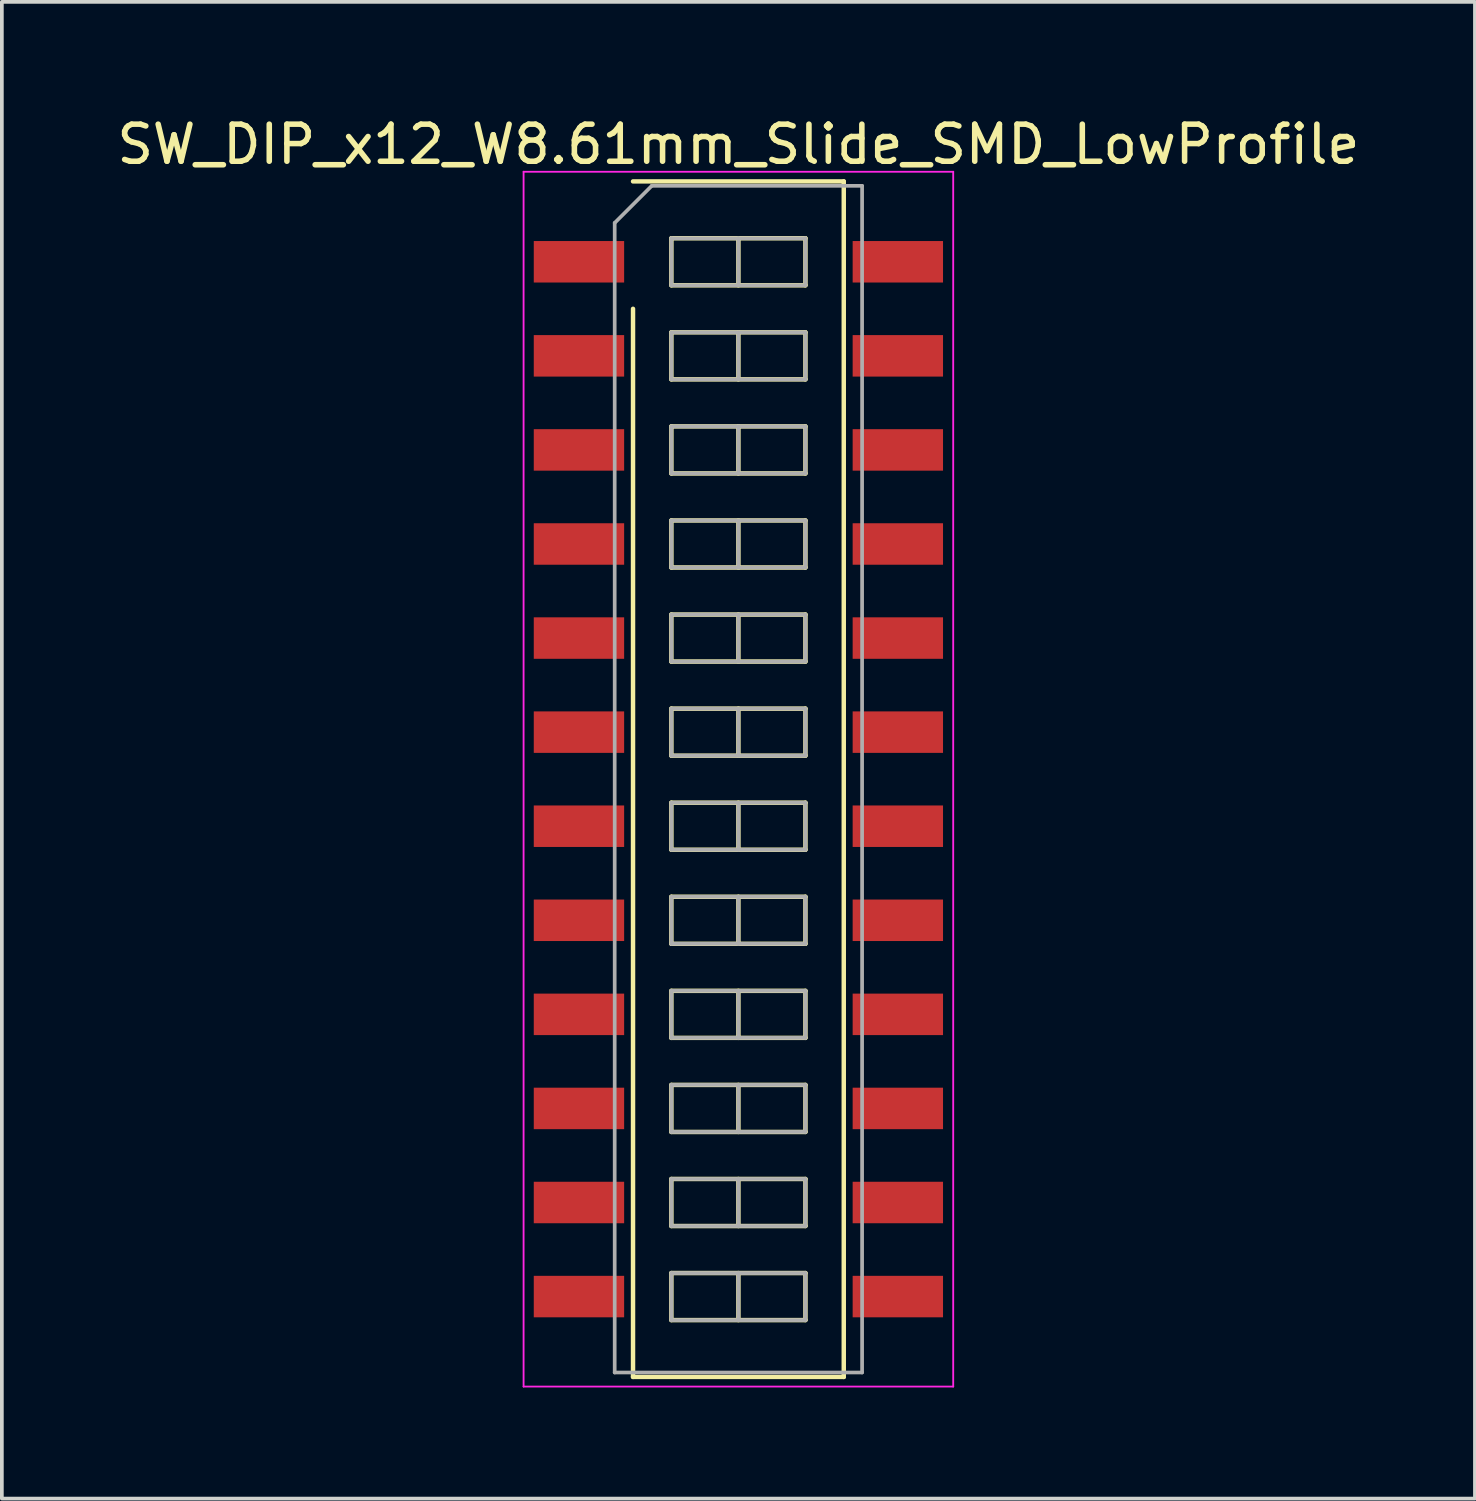
<source format=kicad_pcb>
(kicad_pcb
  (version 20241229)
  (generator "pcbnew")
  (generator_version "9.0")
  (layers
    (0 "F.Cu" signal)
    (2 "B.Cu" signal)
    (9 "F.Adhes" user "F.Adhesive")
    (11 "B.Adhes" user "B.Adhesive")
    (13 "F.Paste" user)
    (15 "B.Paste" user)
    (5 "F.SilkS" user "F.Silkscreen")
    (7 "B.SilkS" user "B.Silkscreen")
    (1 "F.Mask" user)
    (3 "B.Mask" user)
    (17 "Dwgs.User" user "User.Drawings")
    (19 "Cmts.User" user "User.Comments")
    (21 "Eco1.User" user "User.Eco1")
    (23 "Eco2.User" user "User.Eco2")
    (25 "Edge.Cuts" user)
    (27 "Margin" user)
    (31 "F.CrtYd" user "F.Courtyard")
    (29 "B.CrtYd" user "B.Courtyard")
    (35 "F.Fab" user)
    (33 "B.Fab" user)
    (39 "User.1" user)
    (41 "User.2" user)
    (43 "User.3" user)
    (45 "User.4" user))
  (footprint "SW_DIP_x12_W8.61mm_Slide_SMD_LowProfile"
    (layer "F.Cu")
    (at 16.887 17.988)
    (property "Reference" "SW_DIP_x12_W8.61mm_Slide_SMD_LowProfile" (at 0 -17.14 0) (layer "F.SilkS") (effects (font (size 1 1) (thickness 0.15))))
    (attr smd)
    (fp_line (start -2.845 -16.14) (end 2.845 -16.14) (stroke (width 0.12) (type solid)) (layer "F.SilkS"))
    (fp_line (start -2.845 16.14) (end -2.845 -12.7) (stroke (width 0.12) (type solid)) (layer "F.SilkS"))
    (fp_line (start -1.81 -14.605) (end -1.81 -13.335) (stroke (width 0.12) (type solid)) (layer "F.SilkS"))
    (fp_line (start -1.81 -13.335) (end 1.81 -13.335) (stroke (width 0.12) (type solid)) (layer "F.SilkS"))
    (fp_line (start -1.81 -12.065) (end -1.81 -10.795) (stroke (width 0.12) (type solid)) (layer "F.SilkS"))
    (fp_line (start -1.81 -10.795) (end 1.81 -10.795) (stroke (width 0.12) (type solid)) (layer "F.SilkS"))
    (fp_line (start -1.81 -9.525) (end -1.81 -8.255) (stroke (width 0.12) (type solid)) (layer "F.SilkS"))
    (fp_line (start -1.81 -8.255) (end 1.81 -8.255) (stroke (width 0.12) (type solid)) (layer "F.SilkS"))
    (fp_line (start -1.81 -6.985) (end -1.81 -5.715) (stroke (width 0.12) (type solid)) (layer "F.SilkS"))
    (fp_line (start -1.81 -5.715) (end 1.81 -5.715) (stroke (width 0.12) (type solid)) (layer "F.SilkS"))
    (fp_line (start -1.81 -4.445) (end -1.81 -3.175) (stroke (width 0.12) (type solid)) (layer "F.SilkS"))
    (fp_line (start -1.81 -3.175) (end 1.81 -3.175) (stroke (width 0.12) (type solid)) (layer "F.SilkS"))
    (fp_line (start -1.81 -1.905) (end -1.81 -0.635) (stroke (width 0.12) (type solid)) (layer "F.SilkS"))
    (fp_line (start -1.81 -0.635) (end 1.81 -0.635) (stroke (width 0.12) (type solid)) (layer "F.SilkS"))
    (fp_line (start -1.81 0.635) (end -1.81 1.905) (stroke (width 0.12) (type solid)) (layer "F.SilkS"))
    (fp_line (start -1.81 1.905) (end 1.81 1.905) (stroke (width 0.12) (type solid)) (layer "F.SilkS"))
    (fp_line (start -1.81 3.175) (end -1.81 4.445) (stroke (width 0.12) (type solid)) (layer "F.SilkS"))
    (fp_line (start -1.81 4.445) (end 1.81 4.445) (stroke (width 0.12) (type solid)) (layer "F.SilkS"))
    (fp_line (start -1.81 5.715) (end -1.81 6.985) (stroke (width 0.12) (type solid)) (layer "F.SilkS"))
    (fp_line (start -1.81 6.985) (end 1.81 6.985) (stroke (width 0.12) (type solid)) (layer "F.SilkS"))
    (fp_line (start -1.81 8.255) (end -1.81 9.525) (stroke (width 0.12) (type solid)) (layer "F.SilkS"))
    (fp_line (start -1.81 9.525) (end 1.81 9.525) (stroke (width 0.12) (type solid)) (layer "F.SilkS"))
    (fp_line (start -1.81 10.795) (end -1.81 12.065) (stroke (width 0.12) (type solid)) (layer "F.SilkS"))
    (fp_line (start -1.81 12.065) (end 1.81 12.065) (stroke (width 0.12) (type solid)) (layer "F.SilkS"))
    (fp_line (start -1.81 13.335) (end -1.81 14.605) (stroke (width 0.12) (type solid)) (layer "F.SilkS"))
    (fp_line (start -1.81 14.605) (end 1.81 14.605) (stroke (width 0.12) (type solid)) (layer "F.SilkS"))
    (fp_line (start 0 -14.605) (end 0 -13.335) (stroke (width 0.12) (type solid)) (layer "F.SilkS"))
    (fp_line (start 0 -12.065) (end 0 -10.795) (stroke (width 0.12) (type solid)) (layer "F.SilkS"))
    (fp_line (start 0 -9.525) (end 0 -8.255) (stroke (width 0.12) (type solid)) (layer "F.SilkS"))
    (fp_line (start 0 -6.985) (end 0 -5.715) (stroke (width 0.12) (type solid)) (layer "F.SilkS"))
    (fp_line (start 0 -4.445) (end 0 -3.175) (stroke (width 0.12) (type solid)) (layer "F.SilkS"))
    (fp_line (start 0 -1.905) (end 0 -0.635) (stroke (width 0.12) (type solid)) (layer "F.SilkS"))
    (fp_line (start 0 0.635) (end 0 1.905) (stroke (width 0.12) (type solid)) (layer "F.SilkS"))
    (fp_line (start 0 3.175) (end 0 4.445) (stroke (width 0.12) (type solid)) (layer "F.SilkS"))
    (fp_line (start 0 5.715) (end 0 6.985) (stroke (width 0.12) (type solid)) (layer "F.SilkS"))
    (fp_line (start 0 8.255) (end 0 9.525) (stroke (width 0.12) (type solid)) (layer "F.SilkS"))
    (fp_line (start 0 10.795) (end 0 12.065) (stroke (width 0.12) (type solid)) (layer "F.SilkS"))
    (fp_line (start 0 13.335) (end 0 14.605) (stroke (width 0.12) (type solid)) (layer "F.SilkS"))
    (fp_line (start 1.81 -14.605) (end -1.81 -14.605) (stroke (width 0.12) (type solid)) (layer "F.SilkS"))
    (fp_line (start 1.81 -13.335) (end 1.81 -14.605) (stroke (width 0.12) (type solid)) (layer "F.SilkS"))
    (fp_line (start 1.81 -12.065) (end -1.81 -12.065) (stroke (width 0.12) (type solid)) (layer "F.SilkS"))
    (fp_line (start 1.81 -10.795) (end 1.81 -12.065) (stroke (width 0.12) (type solid)) (layer "F.SilkS"))
    (fp_line (start 1.81 -9.525) (end -1.81 -9.525) (stroke (width 0.12) (type solid)) (layer "F.SilkS"))
    (fp_line (start 1.81 -8.255) (end 1.81 -9.525) (stroke (width 0.12) (type solid)) (layer "F.SilkS"))
    (fp_line (start 1.81 -6.985) (end -1.81 -6.985) (stroke (width 0.12) (type solid)) (layer "F.SilkS"))
    (fp_line (start 1.81 -5.715) (end 1.81 -6.985) (stroke (width 0.12) (type solid)) (layer "F.SilkS"))
    (fp_line (start 1.81 -4.445) (end -1.81 -4.445) (stroke (width 0.12) (type solid)) (layer "F.SilkS"))
    (fp_line (start 1.81 -3.175) (end 1.81 -4.445) (stroke (width 0.12) (type solid)) (layer "F.SilkS"))
    (fp_line (start 1.81 -1.905) (end -1.81 -1.905) (stroke (width 0.12) (type solid)) (layer "F.SilkS"))
    (fp_line (start 1.81 -0.635) (end 1.81 -1.905) (stroke (width 0.12) (type solid)) (layer "F.SilkS"))
    (fp_line (start 1.81 0.635) (end -1.81 0.635) (stroke (width 0.12) (type solid)) (layer "F.SilkS"))
    (fp_line (start 1.81 1.905) (end 1.81 0.635) (stroke (width 0.12) (type solid)) (layer "F.SilkS"))
    (fp_line (start 1.81 3.175) (end -1.81 3.175) (stroke (width 0.12) (type solid)) (layer "F.SilkS"))
    (fp_line (start 1.81 4.445) (end 1.81 3.175) (stroke (width 0.12) (type solid)) (layer "F.SilkS"))
    (fp_line (start 1.81 5.715) (end -1.81 5.715) (stroke (width 0.12) (type solid)) (layer "F.SilkS"))
    (fp_line (start 1.81 6.985) (end 1.81 5.715) (stroke (width 0.12) (type solid)) (layer "F.SilkS"))
    (fp_line (start 1.81 8.255) (end -1.81 8.255) (stroke (width 0.12) (type solid)) (layer "F.SilkS"))
    (fp_line (start 1.81 9.525) (end 1.81 8.255) (stroke (width 0.12) (type solid)) (layer "F.SilkS"))
    (fp_line (start 1.81 10.795) (end -1.81 10.795) (stroke (width 0.12) (type solid)) (layer "F.SilkS"))
    (fp_line (start 1.81 12.065) (end 1.81 10.795) (stroke (width 0.12) (type solid)) (layer "F.SilkS"))
    (fp_line (start 1.81 13.335) (end -1.81 13.335) (stroke (width 0.12) (type solid)) (layer "F.SilkS"))
    (fp_line (start 1.81 14.605) (end 1.81 13.335) (stroke (width 0.12) (type solid)) (layer "F.SilkS"))
    (fp_line (start 2.845 -16.14) (end 2.845 16.14) (stroke (width 0.12) (type solid)) (layer "F.SilkS"))
    (fp_line (start 2.845 16.14) (end -2.845 16.14) (stroke (width 0.12) (type solid)) (layer "F.SilkS"))
    (fp_line (start -5.8 -16.4) (end -5.8 16.4) (stroke (width 0.05) (type solid)) (layer "F.CrtYd"))
    (fp_line (start -5.8 16.4) (end 5.8 16.4) (stroke (width 0.05) (type solid)) (layer "F.CrtYd"))
    (fp_line (start 5.8 -16.4) (end -5.8 -16.4) (stroke (width 0.05) (type solid)) (layer "F.CrtYd"))
    (fp_line (start 5.8 16.4) (end 5.8 -16.4) (stroke (width 0.05) (type solid)) (layer "F.CrtYd"))
    (fp_line (start -3.34 -15.02) (end -2.34 -16.02) (stroke (width 0.1) (type solid)) (layer "F.Fab"))
    (fp_line (start -3.34 16.02) (end -3.34 -15.02) (stroke (width 0.1) (type solid)) (layer "F.Fab"))
    (fp_line (start -2.34 -16.02) (end 3.34 -16.02) (stroke (width 0.1) (type solid)) (layer "F.Fab"))
    (fp_line (start -1.81 -14.605) (end -1.81 -13.335) (stroke (width 0.1) (type solid)) (layer "F.Fab"))
    (fp_line (start -1.81 -13.335) (end 1.81 -13.335) (stroke (width 0.1) (type solid)) (layer "F.Fab"))
    (fp_line (start -1.81 -12.065) (end -1.81 -10.795) (stroke (width 0.1) (type solid)) (layer "F.Fab"))
    (fp_line (start -1.81 -10.795) (end 1.81 -10.795) (stroke (width 0.1) (type solid)) (layer "F.Fab"))
    (fp_line (start -1.81 -9.525) (end -1.81 -8.255) (stroke (width 0.1) (type solid)) (layer "F.Fab"))
    (fp_line (start -1.81 -8.255) (end 1.81 -8.255) (stroke (width 0.1) (type solid)) (layer "F.Fab"))
    (fp_line (start -1.81 -6.985) (end -1.81 -5.715) (stroke (width 0.1) (type solid)) (layer "F.Fab"))
    (fp_line (start -1.81 -5.715) (end 1.81 -5.715) (stroke (width 0.1) (type solid)) (layer "F.Fab"))
    (fp_line (start -1.81 -4.445) (end -1.81 -3.175) (stroke (width 0.1) (type solid)) (layer "F.Fab"))
    (fp_line (start -1.81 -3.175) (end 1.81 -3.175) (stroke (width 0.1) (type solid)) (layer "F.Fab"))
    (fp_line (start -1.81 -1.905) (end -1.81 -0.635) (stroke (width 0.1) (type solid)) (layer "F.Fab"))
    (fp_line (start -1.81 -0.635) (end 1.81 -0.635) (stroke (width 0.1) (type solid)) (layer "F.Fab"))
    (fp_line (start -1.81 0.635) (end -1.81 1.905) (stroke (width 0.1) (type solid)) (layer "F.Fab"))
    (fp_line (start -1.81 1.905) (end 1.81 1.905) (stroke (width 0.1) (type solid)) (layer "F.Fab"))
    (fp_line (start -1.81 3.175) (end -1.81 4.445) (stroke (width 0.1) (type solid)) (layer "F.Fab"))
    (fp_line (start -1.81 4.445) (end 1.81 4.445) (stroke (width 0.1) (type solid)) (layer "F.Fab"))
    (fp_line (start -1.81 5.715) (end -1.81 6.985) (stroke (width 0.1) (type solid)) (layer "F.Fab"))
    (fp_line (start -1.81 6.985) (end 1.81 6.985) (stroke (width 0.1) (type solid)) (layer "F.Fab"))
    (fp_line (start -1.81 8.255) (end -1.81 9.525) (stroke (width 0.1) (type solid)) (layer "F.Fab"))
    (fp_line (start -1.81 9.525) (end 1.81 9.525) (stroke (width 0.1) (type solid)) (layer "F.Fab"))
    (fp_line (start -1.81 10.795) (end -1.81 12.065) (stroke (width 0.1) (type solid)) (layer "F.Fab"))
    (fp_line (start -1.81 12.065) (end 1.81 12.065) (stroke (width 0.1) (type solid)) (layer "F.Fab"))
    (fp_line (start -1.81 13.335) (end -1.81 14.605) (stroke (width 0.1) (type solid)) (layer "F.Fab"))
    (fp_line (start -1.81 14.605) (end 1.81 14.605) (stroke (width 0.1) (type solid)) (layer "F.Fab"))
    (fp_line (start 0 -14.605) (end 0 -13.335) (stroke (width 0.1) (type solid)) (layer "F.Fab"))
    (fp_line (start 0 -12.065) (end 0 -10.795) (stroke (width 0.1) (type solid)) (layer "F.Fab"))
    (fp_line (start 0 -9.525) (end 0 -8.255) (stroke (width 0.1) (type solid)) (layer "F.Fab"))
    (fp_line (start 0 -6.985) (end 0 -5.715) (stroke (width 0.1) (type solid)) (layer "F.Fab"))
    (fp_line (start 0 -4.445) (end 0 -3.175) (stroke (width 0.1) (type solid)) (layer "F.Fab"))
    (fp_line (start 0 -1.905) (end 0 -0.635) (stroke (width 0.1) (type solid)) (layer "F.Fab"))
    (fp_line (start 0 0.635) (end 0 1.905) (stroke (width 0.1) (type solid)) (layer "F.Fab"))
    (fp_line (start 0 3.175) (end 0 4.445) (stroke (width 0.1) (type solid)) (layer "F.Fab"))
    (fp_line (start 0 5.715) (end 0 6.985) (stroke (width 0.1) (type solid)) (layer "F.Fab"))
    (fp_line (start 0 8.255) (end 0 9.525) (stroke (width 0.1) (type solid)) (layer "F.Fab"))
    (fp_line (start 0 10.795) (end 0 12.065) (stroke (width 0.1) (type solid)) (layer "F.Fab"))
    (fp_line (start 0 13.335) (end 0 14.605) (stroke (width 0.1) (type solid)) (layer "F.Fab"))
    (fp_line (start 1.81 -14.605) (end -1.81 -14.605) (stroke (width 0.1) (type solid)) (layer "F.Fab"))
    (fp_line (start 1.81 -13.335) (end 1.81 -14.605) (stroke (width 0.1) (type solid)) (layer "F.Fab"))
    (fp_line (start 1.81 -12.065) (end -1.81 -12.065) (stroke (width 0.1) (type solid)) (layer "F.Fab"))
    (fp_line (start 1.81 -10.795) (end 1.81 -12.065) (stroke (width 0.1) (type solid)) (layer "F.Fab"))
    (fp_line (start 1.81 -9.525) (end -1.81 -9.525) (stroke (width 0.1) (type solid)) (layer "F.Fab"))
    (fp_line (start 1.81 -8.255) (end 1.81 -9.525) (stroke (width 0.1) (type solid)) (layer "F.Fab"))
    (fp_line (start 1.81 -6.985) (end -1.81 -6.985) (stroke (width 0.1) (type solid)) (layer "F.Fab"))
    (fp_line (start 1.81 -5.715) (end 1.81 -6.985) (stroke (width 0.1) (type solid)) (layer "F.Fab"))
    (fp_line (start 1.81 -4.445) (end -1.81 -4.445) (stroke (width 0.1) (type solid)) (layer "F.Fab"))
    (fp_line (start 1.81 -3.175) (end 1.81 -4.445) (stroke (width 0.1) (type solid)) (layer "F.Fab"))
    (fp_line (start 1.81 -1.905) (end -1.81 -1.905) (stroke (width 0.1) (type solid)) (layer "F.Fab"))
    (fp_line (start 1.81 -0.635) (end 1.81 -1.905) (stroke (width 0.1) (type solid)) (layer "F.Fab"))
    (fp_line (start 1.81 0.635) (end -1.81 0.635) (stroke (width 0.1) (type solid)) (layer "F.Fab"))
    (fp_line (start 1.81 1.905) (end 1.81 0.635) (stroke (width 0.1) (type solid)) (layer "F.Fab"))
    (fp_line (start 1.81 3.175) (end -1.81 3.175) (stroke (width 0.1) (type solid)) (layer "F.Fab"))
    (fp_line (start 1.81 4.445) (end 1.81 3.175) (stroke (width 0.1) (type solid)) (layer "F.Fab"))
    (fp_line (start 1.81 5.715) (end -1.81 5.715) (stroke (width 0.1) (type solid)) (layer "F.Fab"))
    (fp_line (start 1.81 6.985) (end 1.81 5.715) (stroke (width 0.1) (type solid)) (layer "F.Fab"))
    (fp_line (start 1.81 8.255) (end -1.81 8.255) (stroke (width 0.1) (type solid)) (layer "F.Fab"))
    (fp_line (start 1.81 9.525) (end 1.81 8.255) (stroke (width 0.1) (type solid)) (layer "F.Fab"))
    (fp_line (start 1.81 10.795) (end -1.81 10.795) (stroke (width 0.1) (type solid)) (layer "F.Fab"))
    (fp_line (start 1.81 12.065) (end 1.81 10.795) (stroke (width 0.1) (type solid)) (layer "F.Fab"))
    (fp_line (start 1.81 13.335) (end -1.81 13.335) (stroke (width 0.1) (type solid)) (layer "F.Fab"))
    (fp_line (start 1.81 14.605) (end 1.81 13.335) (stroke (width 0.1) (type solid)) (layer "F.Fab"))
    (fp_line (start 3.34 -16.02) (end 3.34 16.02) (stroke (width 0.1) (type solid)) (layer "F.Fab"))
    (fp_line (start 3.34 16.02) (end -3.34 16.02) (stroke (width 0.1) (type solid)) (layer "F.Fab"))
    (pad "1" smd rect (at -4.305 -13.97) (size 2.44 1.12) (layers "F.Cu" "F.Mask"))
    (pad "2" smd rect (at -4.305 -11.43) (size 2.44 1.12) (layers "F.Cu" "F.Mask"))
    (pad "3" smd rect (at -4.305 -8.89) (size 2.44 1.12) (layers "F.Cu" "F.Mask"))
    (pad "4" smd rect (at -4.305 -6.35) (size 2.44 1.12) (layers "F.Cu" "F.Mask"))
    (pad "5" smd rect (at -4.305 -3.81) (size 2.44 1.12) (layers "F.Cu" "F.Mask"))
    (pad "6" smd rect (at -4.305 -1.27) (size 2.44 1.12) (layers "F.Cu" "F.Mask"))
    (pad "7" smd rect (at -4.305 1.27) (size 2.44 1.12) (layers "F.Cu" "F.Mask"))
    (pad "8" smd rect (at -4.305 3.81) (size 2.44 1.12) (layers "F.Cu" "F.Mask"))
    (pad "9" smd rect (at -4.305 6.35) (size 2.44 1.12) (layers "F.Cu" "F.Mask"))
    (pad "10" smd rect (at -4.305 8.89) (size 2.44 1.12) (layers "F.Cu" "F.Mask"))
    (pad "11" smd rect (at -4.305 11.43) (size 2.44 1.12) (layers "F.Cu" "F.Mask"))
    (pad "12" smd rect (at -4.305 13.97) (size 2.44 1.12) (layers "F.Cu" "F.Mask"))
    (pad "13" smd rect (at 4.305 13.97) (size 2.44 1.12) (layers "F.Cu" "F.Mask"))
    (pad "14" smd rect (at 4.305 11.43) (size 2.44 1.12) (layers "F.Cu" "F.Mask"))
    (pad "15" smd rect (at 4.305 8.89) (size 2.44 1.12) (layers "F.Cu" "F.Mask"))
    (pad "16" smd rect (at 4.305 6.35) (size 2.44 1.12) (layers "F.Cu" "F.Mask"))
    (pad "17" smd rect (at 4.305 3.81) (size 2.44 1.12) (layers "F.Cu" "F.Mask"))
    (pad "18" smd rect (at 4.305 1.27) (size 2.44 1.12) (layers "F.Cu" "F.Mask"))
    (pad "19" smd rect (at 4.305 -1.27) (size 2.44 1.12) (layers "F.Cu" "F.Mask"))
    (pad "20" smd rect (at 4.305 -3.81) (size 2.44 1.12) (layers "F.Cu" "F.Mask"))
    (pad "21" smd rect (at 4.305 -6.35) (size 2.44 1.12) (layers "F.Cu" "F.Mask"))
    (pad "22" smd rect (at 4.305 -8.89) (size 2.44 1.12) (layers "F.Cu" "F.Mask"))
    (pad "23" smd rect (at 4.305 -11.43) (size 2.44 1.12) (layers "F.Cu" "F.Mask"))
    (pad "24" smd rect (at 4.305 -13.97) (size 2.44 1.12) (layers "F.Cu" "F.Mask")))
  (gr_rect
    (start -3 -3)
    (end 36.774 37.413)
    (stroke (width 0.1) (type default))
    (fill no)
    (layer "Edge.Cuts")))
</source>
